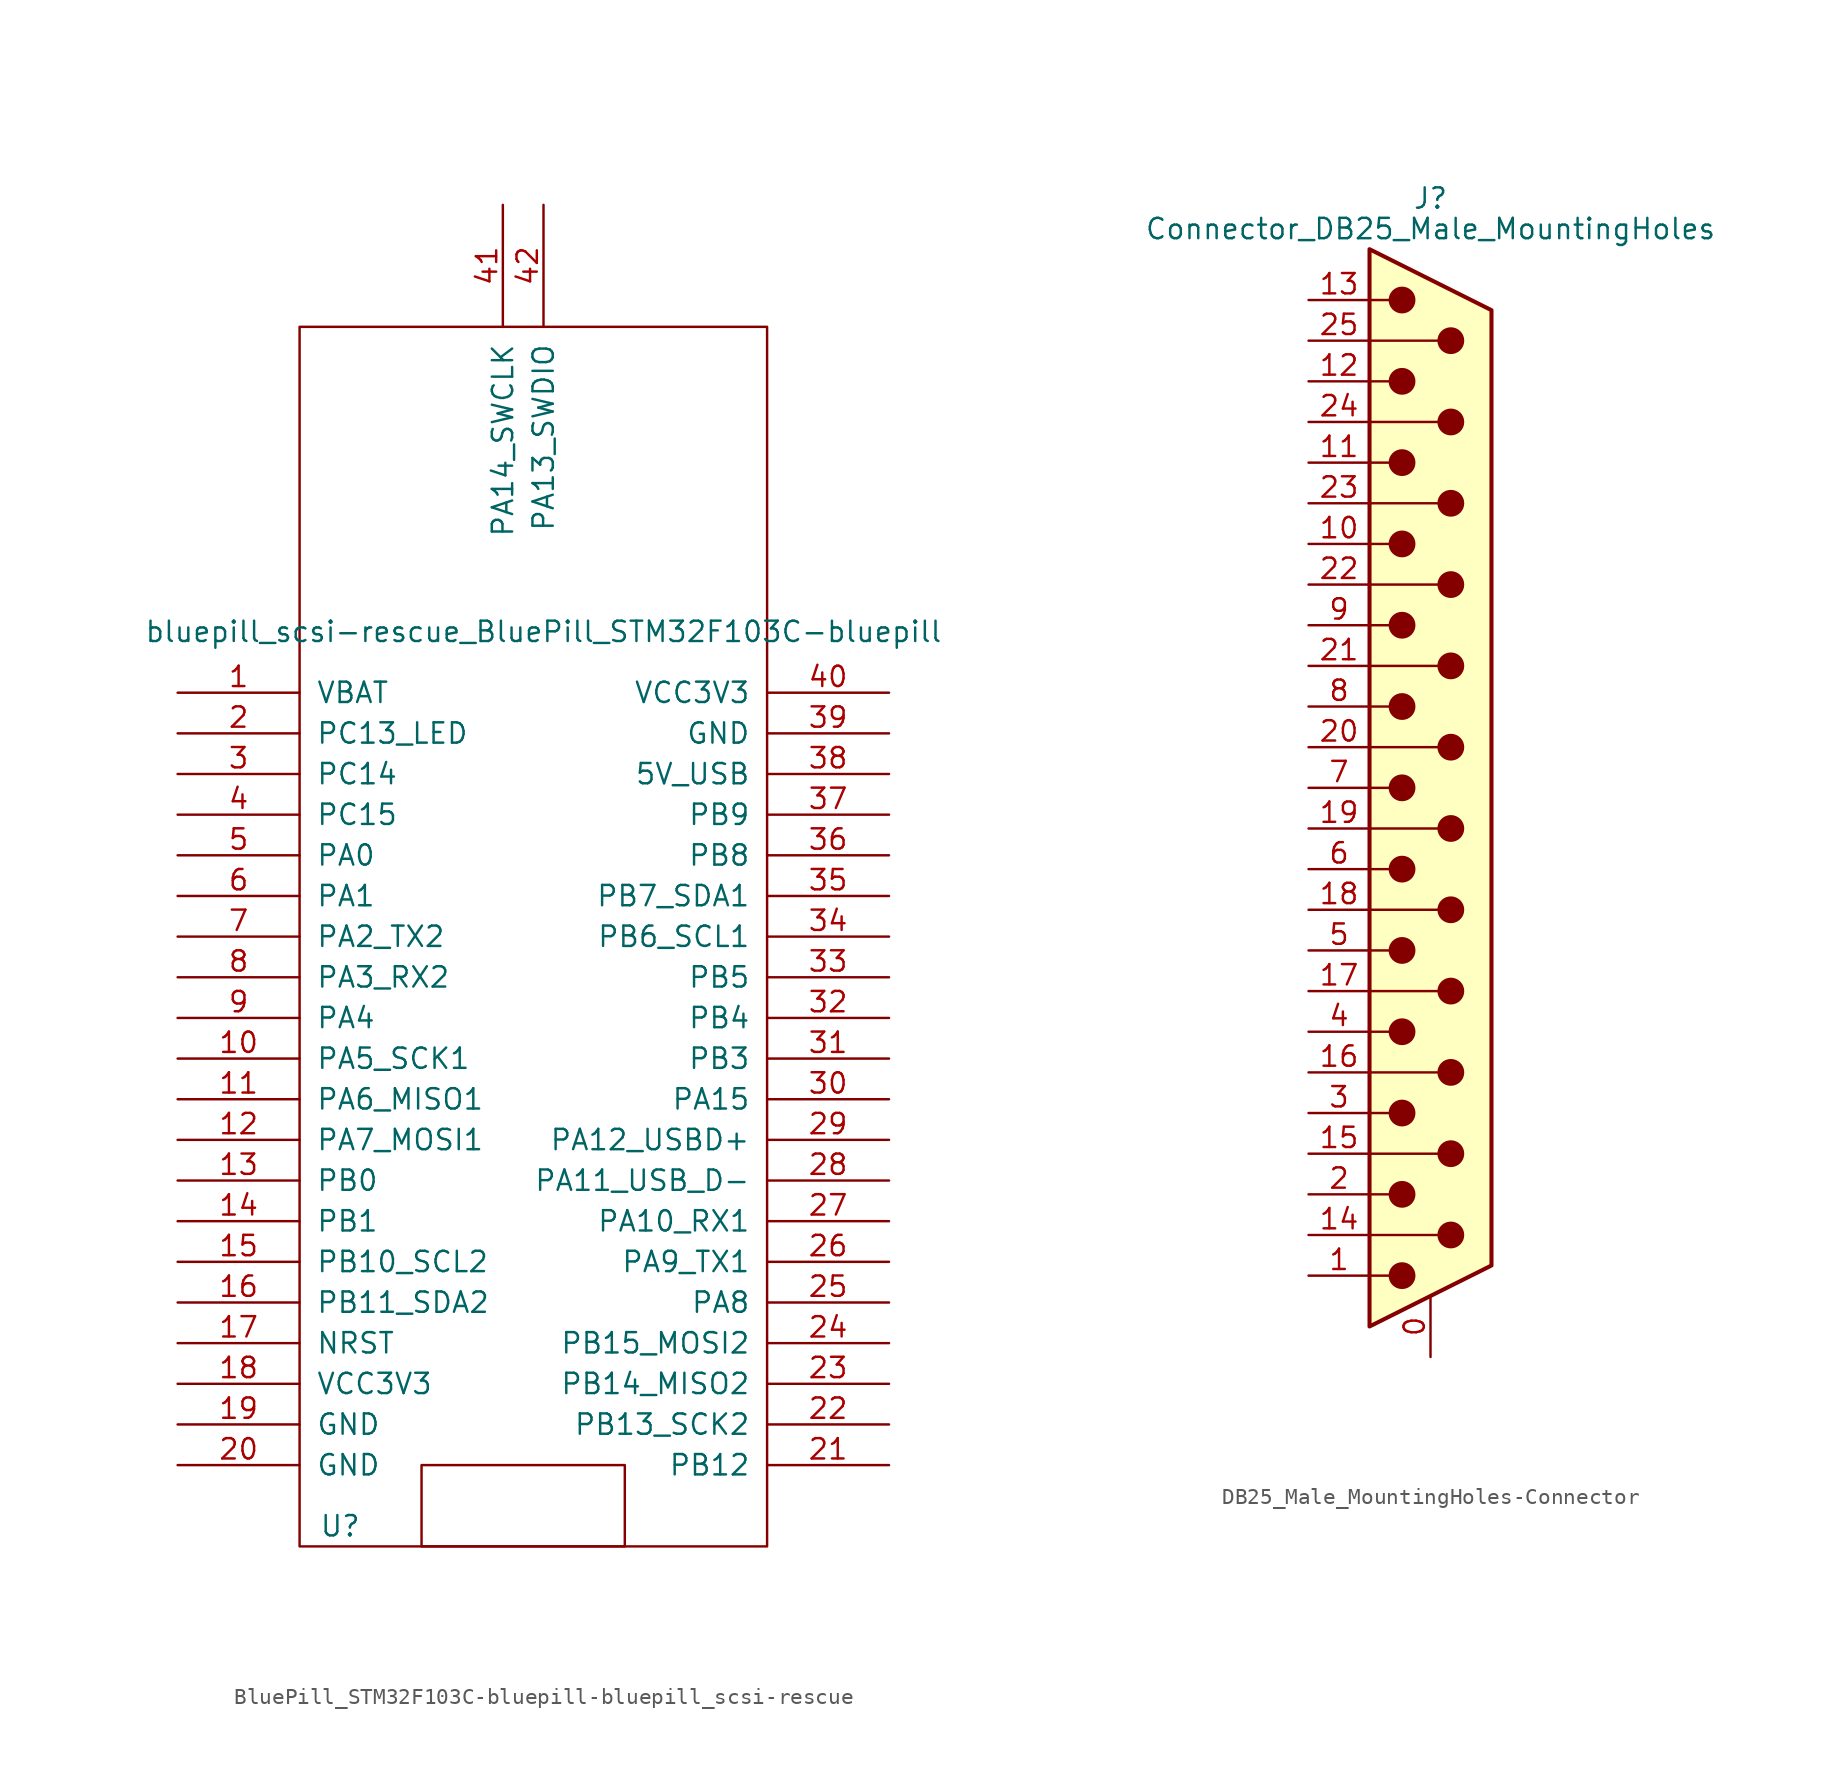
<source format=kicad_sym>
(kicad_symbol_lib
  (version 20241209)
  (generator "kicad_symbol_editor")
  (generator_version "9.0")
  (symbol "BluePill_STM32F103C-bluepill-bluepill_scsi-rescue"
    (pin_names
      (offset 1.016))
    (property "Reference" "U"
      (at -11.43 -34.29 0)
      (effects (font (size 1.27 1.27))))
    (property "Value" "bluepill_scsi-rescue_BluePill_STM32F103C-bluepill"
      (at 1.27 21.59 0)
      (effects (font (size 1.27 1.27))))
    (symbol "BluePill_STM32F103C-bluepill-bluepill_scsi-rescue_0_1"
      (rectangle (start -6.35 -35.56) (end 6.35 -30.48) (stroke (width 0) (type solid)) (fill (type none))))
    (symbol "BluePill_STM32F103C-bluepill-bluepill_scsi-rescue_1_0"
      (rectangle (start -13.97 -35.56) (end 15.24 40.64) (stroke (width 0) (type solid)) (fill (type none))))
    (symbol "BluePill_STM32F103C-bluepill-bluepill_scsi-rescue_1_1"
      (pin power_in line (at -21.59 17.78 0) (length 7.62) (name "VBAT" (effects (font (size 1.27 1.27)))) (number "1" (effects (font (size 1.27 1.27)))))
      (pin bidirectional line (at -21.59 15.24 0) (length 7.62) (name "PC13_LED" (effects (font (size 1.27 1.27)))) (number "2" (effects (font (size 1.27 1.27)))))
      (pin bidirectional line (at -21.59 12.7 0) (length 7.62) (name "PC14" (effects (font (size 1.27 1.27)))) (number "3" (effects (font (size 1.27 1.27)))))
      (pin bidirectional line (at -21.59 10.16 0) (length 7.62) (name "PC15" (effects (font (size 1.27 1.27)))) (number "4" (effects (font (size 1.27 1.27)))))
      (pin bidirectional line (at -21.59 7.62 0) (length 7.62) (name "PA0" (effects (font (size 1.27 1.27)))) (number "5" (effects (font (size 1.27 1.27)))))
      (pin bidirectional line (at -21.59 5.08 0) (length 7.62) (name "PA1" (effects (font (size 1.27 1.27)))) (number "6" (effects (font (size 1.27 1.27)))))
      (pin bidirectional line (at -21.59 2.54 0) (length 7.62) (name "PA2_TX2" (effects (font (size 1.27 1.27)))) (number "7" (effects (font (size 1.27 1.27)))))
      (pin bidirectional line (at -21.59 0 0) (length 7.62) (name "PA3_RX2" (effects (font (size 1.27 1.27)))) (number "8" (effects (font (size 1.27 1.27)))))
      (pin bidirectional line (at -21.59 -2.54 0) (length 7.62) (name "PA4" (effects (font (size 1.27 1.27)))) (number "9" (effects (font (size 1.27 1.27)))))
      (pin bidirectional line (at -21.59 -5.08 0) (length 7.62) (name "PA5_SCK1" (effects (font (size 1.27 1.27)))) (number "10" (effects (font (size 1.27 1.27)))))
      (pin bidirectional line (at -21.59 -7.62 0) (length 7.62) (name "PA6_MISO1" (effects (font (size 1.27 1.27)))) (number "11" (effects (font (size 1.27 1.27)))))
      (pin bidirectional line (at -21.59 -10.16 0) (length 7.62) (name "PA7_MOSI1" (effects (font (size 1.27 1.27)))) (number "12" (effects (font (size 1.27 1.27)))))
      (pin bidirectional line (at -21.59 -12.7 0) (length 7.62) (name "PB0" (effects (font (size 1.27 1.27)))) (number "13" (effects (font (size 1.27 1.27)))))
      (pin bidirectional line (at -21.59 -15.24 0) (length 7.62) (name "PB1" (effects (font (size 1.27 1.27)))) (number "14" (effects (font (size 1.27 1.27)))))
      (pin bidirectional line (at -21.59 -17.78 0) (length 7.62) (name "PB10_SCL2" (effects (font (size 1.27 1.27)))) (number "15" (effects (font (size 1.27 1.27)))))
      (pin bidirectional line (at -21.59 -20.32 0) (length 7.62) (name "PB11_SDA2" (effects (font (size 1.27 1.27)))) (number "16" (effects (font (size 1.27 1.27)))))
      (pin input line (at -21.59 -22.86 0) (length 7.62) (name "NRST" (effects (font (size 1.27 1.27)))) (number "17" (effects (font (size 1.27 1.27)))))
      (pin bidirectional line (at -21.59 -25.4 0) (length 7.62) (name "VCC3V3" (effects (font (size 1.27 1.27)))) (number "18" (effects (font (size 1.27 1.27)))))
      (pin power_in line (at -21.59 -27.94 0) (length 7.62) (name "GND" (effects (font (size 1.27 1.27)))) (number "19" (effects (font (size 1.27 1.27)))))
      (pin power_in line (at -21.59 -30.48 0) (length 7.62) (name "GND" (effects (font (size 1.27 1.27)))) (number "20" (effects (font (size 1.27 1.27)))))
      (pin bidirectional line (at -1.27 48.26 270) (length 7.62) (name "PA14_SWCLK" (effects (font (size 1.27 1.27)))) (number "41" (effects (font (size 1.27 1.27)))))
      (pin bidirectional line (at 1.27 48.26 270) (length 7.62) (name "PA13_SWDIO" (effects (font (size 1.27 1.27)))) (number "42" (effects (font (size 1.27 1.27)))))
      (pin bidirectional line (at 22.86 17.78 180) (length 7.62) (name "VCC3V3" (effects (font (size 1.27 1.27)))) (number "40" (effects (font (size 1.27 1.27)))))
      (pin power_in line (at 22.86 15.24 180) (length 7.62) (name "GND" (effects (font (size 1.27 1.27)))) (number "39" (effects (font (size 1.27 1.27)))))
      (pin bidirectional line (at 22.86 12.7 180) (length 7.62) (name "5V_USB" (effects (font (size 1.27 1.27)))) (number "38" (effects (font (size 1.27 1.27)))))
      (pin bidirectional line (at 22.86 10.16 180) (length 7.62) (name "PB9" (effects (font (size 1.27 1.27)))) (number "37" (effects (font (size 1.27 1.27)))))
      (pin bidirectional line (at 22.86 7.62 180) (length 7.62) (name "PB8" (effects (font (size 1.27 1.27)))) (number "36" (effects (font (size 1.27 1.27)))))
      (pin bidirectional line (at 22.86 5.08 180) (length 7.62) (name "PB7_SDA1" (effects (font (size 1.27 1.27)))) (number "35" (effects (font (size 1.27 1.27)))))
      (pin bidirectional line (at 22.86 2.54 180) (length 7.62) (name "PB6_SCL1" (effects (font (size 1.27 1.27)))) (number "34" (effects (font (size 1.27 1.27)))))
      (pin bidirectional line (at 22.86 0 180) (length 7.62) (name "PB5" (effects (font (size 1.27 1.27)))) (number "33" (effects (font (size 1.27 1.27)))))
      (pin bidirectional line (at 22.86 -2.54 180) (length 7.62) (name "PB4" (effects (font (size 1.27 1.27)))) (number "32" (effects (font (size 1.27 1.27)))))
      (pin bidirectional line (at 22.86 -5.08 180) (length 7.62) (name "PB3" (effects (font (size 1.27 1.27)))) (number "31" (effects (font (size 1.27 1.27)))))
      (pin bidirectional line (at 22.86 -7.62 180) (length 7.62) (name "PA15" (effects (font (size 1.27 1.27)))) (number "30" (effects (font (size 1.27 1.27)))))
      (pin bidirectional line (at 22.86 -10.16 180) (length 7.62) (name "PA12_USBD+" (effects (font (size 1.27 1.27)))) (number "29" (effects (font (size 1.27 1.27)))))
      (pin bidirectional line (at 22.86 -12.7 180) (length 7.62) (name "PA11_USB_D-" (effects (font (size 1.27 1.27)))) (number "28" (effects (font (size 1.27 1.27)))))
      (pin bidirectional line (at 22.86 -15.24 180) (length 7.62) (name "PA10_RX1" (effects (font (size 1.27 1.27)))) (number "27" (effects (font (size 1.27 1.27)))))
      (pin bidirectional line (at 22.86 -17.78 180) (length 7.62) (name "PA9_TX1" (effects (font (size 1.27 1.27)))) (number "26" (effects (font (size 1.27 1.27)))))
      (pin bidirectional line (at 22.86 -20.32 180) (length 7.62) (name "PA8" (effects (font (size 1.27 1.27)))) (number "25" (effects (font (size 1.27 1.27)))))
      (pin bidirectional line (at 22.86 -22.86 180) (length 7.62) (name "PB15_MOSI2" (effects (font (size 1.27 1.27)))) (number "24" (effects (font (size 1.27 1.27)))))
      (pin bidirectional line (at 22.86 -25.4 180) (length 7.62) (name "PB14_MISO2" (effects (font (size 1.27 1.27)))) (number "23" (effects (font (size 1.27 1.27)))))
      (pin bidirectional line (at 22.86 -27.94 180) (length 7.62) (name "PB13_SCK2" (effects (font (size 1.27 1.27)))) (number "22" (effects (font (size 1.27 1.27)))))
      (pin bidirectional line (at 22.86 -30.48 180) (length 7.62) (name "PB12" (effects (font (size 1.27 1.27)))) (number "21" (effects (font (size 1.27 1.27)))))))
  (symbol "DB25_Male_MountingHoles-Connector"
    (pin_names
      (offset 1.016)
      (hide yes))
    (property "Reference" "J"
      (at 0 36.83 0)
      (effects (font (size 1.27 1.27))))
    (property "Value" "Connector_DB25_Male_MountingHoles"
      (at 0 34.925 0)
      (effects (font (size 1.27 1.27))))
    (symbol "DB25_Male_MountingHoles-Connector_0_1"
      (polyline (pts (xy -3.81 30.48) (xy -2.54 30.48)) (stroke (width 0) (type solid)) (fill (type none)))
      (polyline (pts (xy -3.81 27.94) (xy 0.508 27.94)) (stroke (width 0) (type solid)) (fill (type none)))
      (polyline (pts (xy -3.81 25.4) (xy -2.54 25.4)) (stroke (width 0) (type solid)) (fill (type none)))
      (polyline (pts (xy -3.81 22.86) (xy 0.508 22.86)) (stroke (width 0) (type solid)) (fill (type none)))
      (polyline (pts (xy -3.81 20.32) (xy -2.54 20.32)) (stroke (width 0) (type solid)) (fill (type none)))
      (polyline (pts (xy -3.81 17.78) (xy 0.508 17.78)) (stroke (width 0) (type solid)) (fill (type none)))
      (polyline (pts (xy -3.81 15.24) (xy -2.54 15.24)) (stroke (width 0) (type solid)) (fill (type none)))
      (polyline (pts (xy -3.81 12.7) (xy 0.508 12.7)) (stroke (width 0) (type solid)) (fill (type none)))
      (polyline (pts (xy -3.81 10.16) (xy -2.54 10.16)) (stroke (width 0) (type solid)) (fill (type none)))
      (polyline (pts (xy -3.81 7.62) (xy 0.508 7.62)) (stroke (width 0) (type solid)) (fill (type none)))
      (polyline (pts (xy -3.81 5.08) (xy -2.54 5.08)) (stroke (width 0) (type solid)) (fill (type none)))
      (polyline (pts (xy -3.81 2.54) (xy 0.508 2.54)) (stroke (width 0) (type solid)) (fill (type none)))
      (polyline (pts (xy -3.81 0) (xy -2.54 0)) (stroke (width 0) (type solid)) (fill (type none)))
      (polyline (pts (xy -3.81 -2.54) (xy 0.508 -2.54)) (stroke (width 0) (type solid)) (fill (type none)))
      (polyline (pts (xy -3.81 -5.08) (xy -2.54 -5.08)) (stroke (width 0) (type solid)) (fill (type none)))
      (polyline (pts (xy -3.81 -7.62) (xy 0.508 -7.62)) (stroke (width 0) (type solid)) (fill (type none)))
      (polyline (pts (xy -3.81 -10.16) (xy -2.54 -10.16)) (stroke (width 0) (type solid)) (fill (type none)))
      (polyline (pts (xy -3.81 -12.7) (xy 0.508 -12.7)) (stroke (width 0) (type solid)) (fill (type none)))
      (polyline (pts (xy -3.81 -15.24) (xy -2.54 -15.24)) (stroke (width 0) (type solid)) (fill (type none)))
      (polyline (pts (xy -3.81 -17.78) (xy 0.508 -17.78)) (stroke (width 0) (type solid)) (fill (type none)))
      (polyline (pts (xy -3.81 -20.32) (xy -2.54 -20.32)) (stroke (width 0) (type solid)) (fill (type none)))
      (polyline (pts (xy -3.81 -22.86) (xy 0.508 -22.86)) (stroke (width 0) (type solid)) (fill (type none)))
      (polyline (pts (xy -3.81 -25.4) (xy -2.54 -25.4)) (stroke (width 0) (type solid)) (fill (type none)))
      (polyline (pts (xy -3.81 -27.94) (xy 0.508 -27.94)) (stroke (width 0) (type solid)) (fill (type none)))
      (polyline (pts (xy -3.81 -30.48) (xy -2.54 -30.48)) (stroke (width 0) (type solid)) (fill (type none)))
      (polyline (pts (xy -3.81 -33.655) (xy 3.81 -29.845) (xy 3.81 29.845) (xy -3.81 33.655) (xy -3.81 -33.655)) (stroke (width 0.254) (type solid)) (fill (type background)))
      (circle (center -1.778 30.48) (radius 0.762) (stroke (width 0) (type solid)) (fill (type outline)))
      (circle (center -1.778 25.4) (radius 0.762) (stroke (width 0) (type solid)) (fill (type outline)))
      (circle (center -1.778 20.32) (radius 0.762) (stroke (width 0) (type solid)) (fill (type outline)))
      (circle (center -1.778 15.24) (radius 0.762) (stroke (width 0) (type solid)) (fill (type outline)))
      (circle (center -1.778 10.16) (radius 0.762) (stroke (width 0) (type solid)) (fill (type outline)))
      (circle (center -1.778 5.08) (radius 0.762) (stroke (width 0) (type solid)) (fill (type outline)))
      (circle (center -1.778 0) (radius 0.762) (stroke (width 0) (type solid)) (fill (type outline)))
      (circle (center -1.778 -5.08) (radius 0.762) (stroke (width 0) (type solid)) (fill (type outline)))
      (circle (center -1.778 -10.16) (radius 0.762) (stroke (width 0) (type solid)) (fill (type outline)))
      (circle (center -1.778 -15.24) (radius 0.762) (stroke (width 0) (type solid)) (fill (type outline)))
      (circle (center -1.778 -20.32) (radius 0.762) (stroke (width 0) (type solid)) (fill (type outline)))
      (circle (center -1.778 -25.4) (radius 0.762) (stroke (width 0) (type solid)) (fill (type outline)))
      (circle (center -1.778 -30.48) (radius 0.762) (stroke (width 0) (type solid)) (fill (type outline)))
      (circle (center 1.27 27.94) (radius 0.762) (stroke (width 0) (type solid)) (fill (type outline)))
      (circle (center 1.27 22.86) (radius 0.762) (stroke (width 0) (type solid)) (fill (type outline)))
      (circle (center 1.27 17.78) (radius 0.762) (stroke (width 0) (type solid)) (fill (type outline)))
      (circle (center 1.27 12.7) (radius 0.762) (stroke (width 0) (type solid)) (fill (type outline)))
      (circle (center 1.27 7.62) (radius 0.762) (stroke (width 0) (type solid)) (fill (type outline)))
      (circle (center 1.27 2.54) (radius 0.762) (stroke (width 0) (type solid)) (fill (type outline)))
      (circle (center 1.27 -2.54) (radius 0.762) (stroke (width 0) (type solid)) (fill (type outline)))
      (circle (center 1.27 -7.62) (radius 0.762) (stroke (width 0) (type solid)) (fill (type outline)))
      (circle (center 1.27 -12.7) (radius 0.762) (stroke (width 0) (type solid)) (fill (type outline)))
      (circle (center 1.27 -17.78) (radius 0.762) (stroke (width 0) (type solid)) (fill (type outline)))
      (circle (center 1.27 -22.86) (radius 0.762) (stroke (width 0) (type solid)) (fill (type outline)))
      (circle (center 1.27 -27.94) (radius 0.762) (stroke (width 0) (type solid)) (fill (type outline))))
    (symbol "DB25_Male_MountingHoles-Connector_1_1"
      (pin passive line (at -7.62 30.48 0) (length 3.81) (name "13" (effects (font (size 1.27 1.27)))) (number "13" (effects (font (size 1.27 1.27)))))
      (pin passive line (at -7.62 27.94 0) (length 3.81) (name "P25" (effects (font (size 1.27 1.27)))) (number "25" (effects (font (size 1.27 1.27)))))
      (pin passive line (at -7.62 25.4 0) (length 3.81) (name "12" (effects (font (size 1.27 1.27)))) (number "12" (effects (font (size 1.27 1.27)))))
      (pin passive line (at -7.62 22.86 0) (length 3.81) (name "P24" (effects (font (size 1.27 1.27)))) (number "24" (effects (font (size 1.27 1.27)))))
      (pin passive line (at -7.62 20.32 0) (length 3.81) (name "11" (effects (font (size 1.27 1.27)))) (number "11" (effects (font (size 1.27 1.27)))))
      (pin passive line (at -7.62 17.78 0) (length 3.81) (name "P23" (effects (font (size 1.27 1.27)))) (number "23" (effects (font (size 1.27 1.27)))))
      (pin passive line (at -7.62 15.24 0) (length 3.81) (name "10" (effects (font (size 1.27 1.27)))) (number "10" (effects (font (size 1.27 1.27)))))
      (pin passive line (at -7.62 12.7 0) (length 3.81) (name "P22" (effects (font (size 1.27 1.27)))) (number "22" (effects (font (size 1.27 1.27)))))
      (pin passive line (at -7.62 10.16 0) (length 3.81) (name "9" (effects (font (size 1.27 1.27)))) (number "9" (effects (font (size 1.27 1.27)))))
      (pin passive line (at -7.62 7.62 0) (length 3.81) (name "P21" (effects (font (size 1.27 1.27)))) (number "21" (effects (font (size 1.27 1.27)))))
      (pin passive line (at -7.62 5.08 0) (length 3.81) (name "8" (effects (font (size 1.27 1.27)))) (number "8" (effects (font (size 1.27 1.27)))))
      (pin passive line (at -7.62 2.54 0) (length 3.81) (name "P20" (effects (font (size 1.27 1.27)))) (number "20" (effects (font (size 1.27 1.27)))))
      (pin passive line (at -7.62 0 0) (length 3.81) (name "7" (effects (font (size 1.27 1.27)))) (number "7" (effects (font (size 1.27 1.27)))))
      (pin passive line (at -7.62 -2.54 0) (length 3.81) (name "P19" (effects (font (size 1.27 1.27)))) (number "19" (effects (font (size 1.27 1.27)))))
      (pin passive line (at -7.62 -5.08 0) (length 3.81) (name "6" (effects (font (size 1.27 1.27)))) (number "6" (effects (font (size 1.27 1.27)))))
      (pin passive line (at -7.62 -7.62 0) (length 3.81) (name "P18" (effects (font (size 1.27 1.27)))) (number "18" (effects (font (size 1.27 1.27)))))
      (pin passive line (at -7.62 -10.16 0) (length 3.81) (name "5" (effects (font (size 1.27 1.27)))) (number "5" (effects (font (size 1.27 1.27)))))
      (pin passive line (at -7.62 -12.7 0) (length 3.81) (name "P17" (effects (font (size 1.27 1.27)))) (number "17" (effects (font (size 1.27 1.27)))))
      (pin passive line (at -7.62 -15.24 0) (length 3.81) (name "4" (effects (font (size 1.27 1.27)))) (number "4" (effects (font (size 1.27 1.27)))))
      (pin passive line (at -7.62 -17.78 0) (length 3.81) (name "P16" (effects (font (size 1.27 1.27)))) (number "16" (effects (font (size 1.27 1.27)))))
      (pin passive line (at -7.62 -20.32 0) (length 3.81) (name "3" (effects (font (size 1.27 1.27)))) (number "3" (effects (font (size 1.27 1.27)))))
      (pin passive line (at -7.62 -22.86 0) (length 3.81) (name "P15" (effects (font (size 1.27 1.27)))) (number "15" (effects (font (size 1.27 1.27)))))
      (pin passive line (at -7.62 -25.4 0) (length 3.81) (name "2" (effects (font (size 1.27 1.27)))) (number "2" (effects (font (size 1.27 1.27)))))
      (pin passive line (at -7.62 -27.94 0) (length 3.81) (name "P14" (effects (font (size 1.27 1.27)))) (number "14" (effects (font (size 1.27 1.27)))))
      (pin passive line (at -7.62 -30.48 0) (length 3.81) (name "1" (effects (font (size 1.27 1.27)))) (number "1" (effects (font (size 1.27 1.27)))))
      (pin passive line (at 0 -35.56 90) (length 3.81) (name "PAD" (effects (font (size 1.27 1.27)))) (number "0" (effects (font (size 1.27 1.27))))))))
</source>
